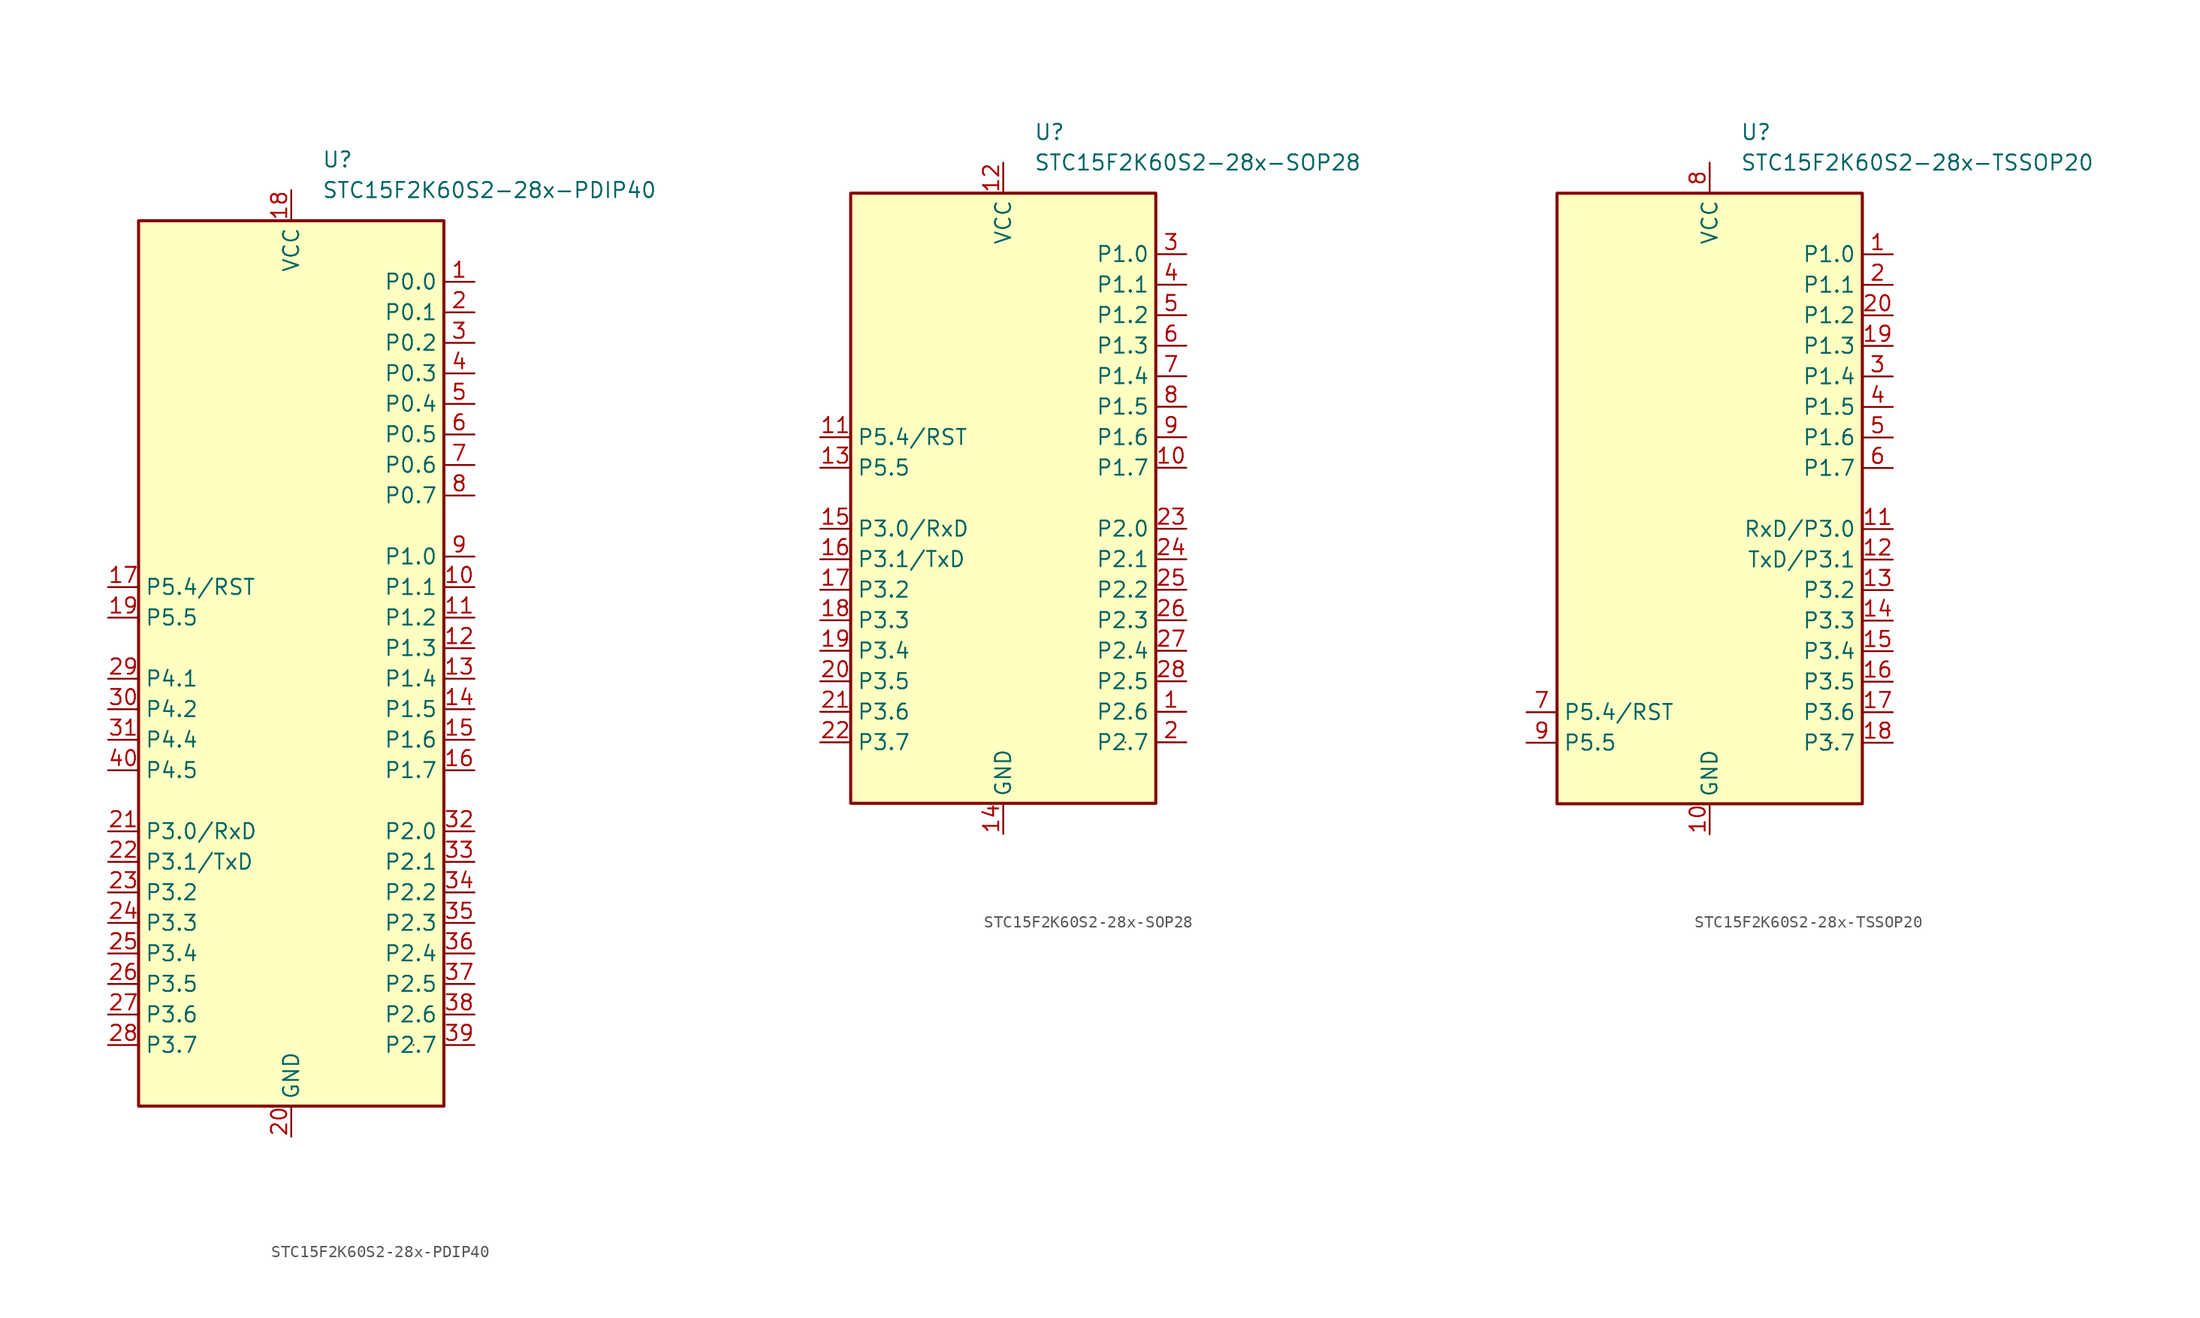
<source format=kicad_sym>
(kicad_symbol_lib
  (version 20211014)
  (generator kicad_symbol_editor)
  (symbol "STC15F2K60S2-28x-PDIP40"
    (property "Reference" "U"
      (at 2.54 41.91 0)
      (effects (font (size 1.27 1.27)) (justify left)))
    (property "Value" "STC15F2K60S2-28x-PDIP40"
      (at 2.54 39.37 0)
      (effects (font (size 1.27 1.27)) (justify left)))
    (symbol "STC15F2K60S2-28x-PDIP40_0_1"
      (rectangle (start -12.7 36.83) (end 12.7 -36.83) (stroke (width 0.254) (type default) (color 0 0 0 0)) (fill (type background)))
      (rectangle (start 10.16 -31.75) (end 10.16 -31.75) (stroke (width 0) (type default) (color 0 0 0 0)) (fill (type none))))
    (symbol "STC15F2K60S2-28x-PDIP40_1_1"
      (pin bidirectional line (at 15.24 31.75 180) (length 2.54) (name "P0.0" (effects (font (size 1.27 1.27)))) (number "1" (effects (font (size 1.27 1.27)))))
      (pin bidirectional line (at 15.24 6.35 180) (length 2.54) (name "P1.1" (effects (font (size 1.27 1.27)))) (number "10" (effects (font (size 1.27 1.27)))))
      (pin bidirectional line (at 15.24 3.81 180) (length 2.54) (name "P1.2" (effects (font (size 1.27 1.27)))) (number "11" (effects (font (size 1.27 1.27)))))
      (pin bidirectional line (at 15.24 1.27 180) (length 2.54) (name "P1.3" (effects (font (size 1.27 1.27)))) (number "12" (effects (font (size 1.27 1.27)))))
      (pin bidirectional line (at 15.24 -1.27 180) (length 2.54) (name "P1.4" (effects (font (size 1.27 1.27)))) (number "13" (effects (font (size 1.27 1.27)))))
      (pin bidirectional line (at 15.24 -3.81 180) (length 2.54) (name "P1.5" (effects (font (size 1.27 1.27)))) (number "14" (effects (font (size 1.27 1.27)))))
      (pin bidirectional line (at 15.24 -6.35 180) (length 2.54) (name "P1.6" (effects (font (size 1.27 1.27)))) (number "15" (effects (font (size 1.27 1.27)))))
      (pin bidirectional line (at 15.24 -8.89 180) (length 2.54) (name "P1.7" (effects (font (size 1.27 1.27)))) (number "16" (effects (font (size 1.27 1.27)))))
      (pin bidirectional line (at -15.24 6.35 0) (length 2.54) (name "P5.4/RST" (effects (font (size 1.27 1.27)))) (number "17" (effects (font (size 1.27 1.27)))))
      (pin power_in line (at 0 39.37 270) (length 2.54) (name "VCC" (effects (font (size 1.27 1.27)))) (number "18" (effects (font (size 1.27 1.27)))))
      (pin bidirectional line (at -15.24 3.81 0) (length 2.54) (name "P5.5" (effects (font (size 1.27 1.27)))) (number "19" (effects (font (size 1.27 1.27)))))
      (pin bidirectional line (at 15.24 29.21 180) (length 2.54) (name "P0.1" (effects (font (size 1.27 1.27)))) (number "2" (effects (font (size 1.27 1.27)))))
      (pin power_in line (at 0 -39.37 90) (length 2.54) (name "GND" (effects (font (size 1.27 1.27)))) (number "20" (effects (font (size 1.27 1.27)))))
      (pin bidirectional line (at -15.24 -13.97 0) (length 2.54) (name "P3.0/RxD" (effects (font (size 1.27 1.27)))) (number "21" (effects (font (size 1.27 1.27)))))
      (pin bidirectional line (at -15.24 -16.51 0) (length 2.54) (name "P3.1/TxD" (effects (font (size 1.27 1.27)))) (number "22" (effects (font (size 1.27 1.27)))))
      (pin bidirectional line (at -15.24 -19.05 0) (length 2.54) (name "P3.2" (effects (font (size 1.27 1.27)))) (number "23" (effects (font (size 1.27 1.27)))))
      (pin bidirectional line (at -15.24 -21.59 0) (length 2.54) (name "P3.3" (effects (font (size 1.27 1.27)))) (number "24" (effects (font (size 1.27 1.27)))))
      (pin bidirectional line (at -15.24 -24.13 0) (length 2.54) (name "P3.4" (effects (font (size 1.27 1.27)))) (number "25" (effects (font (size 1.27 1.27)))))
      (pin bidirectional line (at -15.24 -26.67 0) (length 2.54) (name "P3.5" (effects (font (size 1.27 1.27)))) (number "26" (effects (font (size 1.27 1.27)))))
      (pin bidirectional line (at -15.24 -29.21 0) (length 2.54) (name "P3.6" (effects (font (size 1.27 1.27)))) (number "27" (effects (font (size 1.27 1.27)))))
      (pin bidirectional line (at -15.24 -31.75 0) (length 2.54) (name "P3.7" (effects (font (size 1.27 1.27)))) (number "28" (effects (font (size 1.27 1.27)))))
      (pin bidirectional line (at -15.24 -1.27 0) (length 2.54) (name "P4.1" (effects (font (size 1.27 1.27)))) (number "29" (effects (font (size 1.27 1.27)))))
      (pin bidirectional line (at 15.24 26.67 180) (length 2.54) (name "P0.2" (effects (font (size 1.27 1.27)))) (number "3" (effects (font (size 1.27 1.27)))))
      (pin bidirectional line (at -15.24 -3.81 0) (length 2.54) (name "P4.2" (effects (font (size 1.27 1.27)))) (number "30" (effects (font (size 1.27 1.27)))))
      (pin bidirectional line (at -15.24 -6.35 0) (length 2.54) (name "P4.4" (effects (font (size 1.27 1.27)))) (number "31" (effects (font (size 1.27 1.27)))))
      (pin bidirectional line (at 15.24 -13.97 180) (length 2.54) (name "P2.0" (effects (font (size 1.27 1.27)))) (number "32" (effects (font (size 1.27 1.27)))))
      (pin bidirectional line (at 15.24 -16.51 180) (length 2.54) (name "P2.1" (effects (font (size 1.27 1.27)))) (number "33" (effects (font (size 1.27 1.27)))))
      (pin bidirectional line (at 15.24 -19.05 180) (length 2.54) (name "P2.2" (effects (font (size 1.27 1.27)))) (number "34" (effects (font (size 1.27 1.27)))))
      (pin bidirectional line (at 15.24 -21.59 180) (length 2.54) (name "P2.3" (effects (font (size 1.27 1.27)))) (number "35" (effects (font (size 1.27 1.27)))))
      (pin bidirectional line (at 15.24 -24.13 180) (length 2.54) (name "P2.4" (effects (font (size 1.27 1.27)))) (number "36" (effects (font (size 1.27 1.27)))))
      (pin bidirectional line (at 15.24 -26.67 180) (length 2.54) (name "P2.5" (effects (font (size 1.27 1.27)))) (number "37" (effects (font (size 1.27 1.27)))))
      (pin bidirectional line (at 15.24 -29.21 180) (length 2.54) (name "P2.6" (effects (font (size 1.27 1.27)))) (number "38" (effects (font (size 1.27 1.27)))))
      (pin bidirectional line (at 15.24 -31.75 180) (length 2.54) (name "P2.7" (effects (font (size 1.27 1.27)))) (number "39" (effects (font (size 1.27 1.27)))))
      (pin bidirectional line (at 15.24 24.13 180) (length 2.54) (name "P0.3" (effects (font (size 1.27 1.27)))) (number "4" (effects (font (size 1.27 1.27)))))
      (pin bidirectional line (at -15.24 -8.89 0) (length 2.54) (name "P4.5" (effects (font (size 1.27 1.27)))) (number "40" (effects (font (size 1.27 1.27)))))
      (pin bidirectional line (at 15.24 21.59 180) (length 2.54) (name "P0.4" (effects (font (size 1.27 1.27)))) (number "5" (effects (font (size 1.27 1.27)))))
      (pin bidirectional line (at 15.24 19.05 180) (length 2.54) (name "P0.5" (effects (font (size 1.27 1.27)))) (number "6" (effects (font (size 1.27 1.27)))))
      (pin bidirectional line (at 15.24 16.51 180) (length 2.54) (name "P0.6" (effects (font (size 1.27 1.27)))) (number "7" (effects (font (size 1.27 1.27)))))
      (pin bidirectional line (at 15.24 13.97 180) (length 2.54) (name "P0.7" (effects (font (size 1.27 1.27)))) (number "8" (effects (font (size 1.27 1.27)))))
      (pin bidirectional line (at 15.24 8.89 180) (length 2.54) (name "P1.0" (effects (font (size 1.27 1.27)))) (number "9" (effects (font (size 1.27 1.27)))))))
  (symbol "STC15F2K60S2-28x-SOP28"
    (property "Reference" "U"
      (at 2.54 30.48 0)
      (effects (font (size 1.27 1.27)) (justify left)))
    (property "Value" "STC15F2K60S2-28x-SOP28"
      (at 2.54 27.94 0)
      (effects (font (size 1.27 1.27)) (justify left)))
    (symbol "STC15F2K60S2-28x-SOP28_0_1"
      (rectangle (start -12.7 25.4) (end 12.7 -25.4) (stroke (width 0.254) (type default) (color 0 0 0 0)) (fill (type background)))
      (rectangle (start 10.16 -20.32) (end 10.16 -20.32) (stroke (width 0) (type default) (color 0 0 0 0)) (fill (type none))))
    (symbol "STC15F2K60S2-28x-SOP28_1_1"
      (pin bidirectional line (at 15.24 -17.78 180) (length 2.54) (name "P2.6" (effects (font (size 1.27 1.27)))) (number "1" (effects (font (size 1.27 1.27)))))
      (pin bidirectional line (at 15.24 2.54 180) (length 2.54) (name "P1.7" (effects (font (size 1.27 1.27)))) (number "10" (effects (font (size 1.27 1.27)))))
      (pin bidirectional line (at -15.24 5.08 0) (length 2.54) (name "P5.4/RST" (effects (font (size 1.27 1.27)))) (number "11" (effects (font (size 1.27 1.27)))))
      (pin power_in line (at 0 27.94 270) (length 2.54) (name "VCC" (effects (font (size 1.27 1.27)))) (number "12" (effects (font (size 1.27 1.27)))))
      (pin bidirectional line (at -15.24 2.54 0) (length 2.54) (name "P5.5" (effects (font (size 1.27 1.27)))) (number "13" (effects (font (size 1.27 1.27)))))
      (pin power_in line (at 0 -27.94 90) (length 2.54) (name "GND" (effects (font (size 1.27 1.27)))) (number "14" (effects (font (size 1.27 1.27)))))
      (pin bidirectional line (at -15.24 -2.54 0) (length 2.54) (name "P3.0/RxD" (effects (font (size 1.27 1.27)))) (number "15" (effects (font (size 1.27 1.27)))))
      (pin bidirectional line (at -15.24 -5.08 0) (length 2.54) (name "P3.1/TxD" (effects (font (size 1.27 1.27)))) (number "16" (effects (font (size 1.27 1.27)))))
      (pin bidirectional line (at -15.24 -7.62 0) (length 2.54) (name "P3.2" (effects (font (size 1.27 1.27)))) (number "17" (effects (font (size 1.27 1.27)))))
      (pin bidirectional line (at -15.24 -10.16 0) (length 2.54) (name "P3.3" (effects (font (size 1.27 1.27)))) (number "18" (effects (font (size 1.27 1.27)))))
      (pin bidirectional line (at -15.24 -12.7 0) (length 2.54) (name "P3.4" (effects (font (size 1.27 1.27)))) (number "19" (effects (font (size 1.27 1.27)))))
      (pin bidirectional line (at 15.24 -20.32 180) (length 2.54) (name "P2.7" (effects (font (size 1.27 1.27)))) (number "2" (effects (font (size 1.27 1.27)))))
      (pin bidirectional line (at -15.24 -15.24 0) (length 2.54) (name "P3.5" (effects (font (size 1.27 1.27)))) (number "20" (effects (font (size 1.27 1.27)))))
      (pin bidirectional line (at -15.24 -17.78 0) (length 2.54) (name "P3.6" (effects (font (size 1.27 1.27)))) (number "21" (effects (font (size 1.27 1.27)))))
      (pin bidirectional line (at -15.24 -20.32 0) (length 2.54) (name "P3.7" (effects (font (size 1.27 1.27)))) (number "22" (effects (font (size 1.27 1.27)))))
      (pin bidirectional line (at 15.24 -2.54 180) (length 2.54) (name "P2.0" (effects (font (size 1.27 1.27)))) (number "23" (effects (font (size 1.27 1.27)))))
      (pin bidirectional line (at 15.24 -5.08 180) (length 2.54) (name "P2.1" (effects (font (size 1.27 1.27)))) (number "24" (effects (font (size 1.27 1.27)))))
      (pin bidirectional line (at 15.24 -7.62 180) (length 2.54) (name "P2.2" (effects (font (size 1.27 1.27)))) (number "25" (effects (font (size 1.27 1.27)))))
      (pin bidirectional line (at 15.24 -10.16 180) (length 2.54) (name "P2.3" (effects (font (size 1.27 1.27)))) (number "26" (effects (font (size 1.27 1.27)))))
      (pin bidirectional line (at 15.24 -12.7 180) (length 2.54) (name "P2.4" (effects (font (size 1.27 1.27)))) (number "27" (effects (font (size 1.27 1.27)))))
      (pin bidirectional line (at 15.24 -15.24 180) (length 2.54) (name "P2.5" (effects (font (size 1.27 1.27)))) (number "28" (effects (font (size 1.27 1.27)))))
      (pin bidirectional line (at 15.24 20.32 180) (length 2.54) (name "P1.0" (effects (font (size 1.27 1.27)))) (number "3" (effects (font (size 1.27 1.27)))))
      (pin bidirectional line (at 15.24 17.78 180) (length 2.54) (name "P1.1" (effects (font (size 1.27 1.27)))) (number "4" (effects (font (size 1.27 1.27)))))
      (pin bidirectional line (at 15.24 15.24 180) (length 2.54) (name "P1.2" (effects (font (size 1.27 1.27)))) (number "5" (effects (font (size 1.27 1.27)))))
      (pin bidirectional line (at 15.24 12.7 180) (length 2.54) (name "P1.3" (effects (font (size 1.27 1.27)))) (number "6" (effects (font (size 1.27 1.27)))))
      (pin bidirectional line (at 15.24 10.16 180) (length 2.54) (name "P1.4" (effects (font (size 1.27 1.27)))) (number "7" (effects (font (size 1.27 1.27)))))
      (pin bidirectional line (at 15.24 7.62 180) (length 2.54) (name "P1.5" (effects (font (size 1.27 1.27)))) (number "8" (effects (font (size 1.27 1.27)))))
      (pin bidirectional line (at 15.24 5.08 180) (length 2.54) (name "P1.6" (effects (font (size 1.27 1.27)))) (number "9" (effects (font (size 1.27 1.27)))))))
  (symbol "STC15F2K60S2-28x-TSSOP20"
    (property "Reference" "U"
      (at 2.54 30.48 0)
      (effects (font (size 1.27 1.27)) (justify left)))
    (property "Value" "STC15F2K60S2-28x-TSSOP20"
      (at 2.54 27.94 0)
      (effects (font (size 1.27 1.27)) (justify left)))
    (symbol "STC15F2K60S2-28x-TSSOP20_0_1"
      (rectangle (start -12.7 25.4) (end 12.7 -25.4) (stroke (width 0.254) (type default) (color 0 0 0 0)) (fill (type background)))
      (rectangle (start 10.16 -20.32) (end 10.16 -20.32) (stroke (width 0) (type default) (color 0 0 0 0)) (fill (type none))))
    (symbol "STC15F2K60S2-28x-TSSOP20_1_1"
      (pin bidirectional line (at 15.24 20.32 180) (length 2.54) (name "P1.0" (effects (font (size 1.27 1.27)))) (number "1" (effects (font (size 1.27 1.27)))))
      (pin power_in line (at 0 -27.94 90) (length 2.54) (name "GND" (effects (font (size 1.27 1.27)))) (number "10" (effects (font (size 1.27 1.27)))))
      (pin bidirectional line (at 15.24 -2.54 180) (length 2.54) (name "RxD/P3.0" (effects (font (size 1.27 1.27)))) (number "11" (effects (font (size 1.27 1.27)))))
      (pin bidirectional line (at 15.24 -5.08 180) (length 2.54) (name "TxD/P3.1" (effects (font (size 1.27 1.27)))) (number "12" (effects (font (size 1.27 1.27)))))
      (pin bidirectional line (at 15.24 -7.62 180) (length 2.54) (name "P3.2" (effects (font (size 1.27 1.27)))) (number "13" (effects (font (size 1.27 1.27)))))
      (pin bidirectional line (at 15.24 -10.16 180) (length 2.54) (name "P3.3" (effects (font (size 1.27 1.27)))) (number "14" (effects (font (size 1.27 1.27)))))
      (pin bidirectional line (at 15.24 -12.7 180) (length 2.54) (name "P3.4" (effects (font (size 1.27 1.27)))) (number "15" (effects (font (size 1.27 1.27)))))
      (pin bidirectional line (at 15.24 -15.24 180) (length 2.54) (name "P3.5" (effects (font (size 1.27 1.27)))) (number "16" (effects (font (size 1.27 1.27)))))
      (pin bidirectional line (at 15.24 -17.78 180) (length 2.54) (name "P3.6" (effects (font (size 1.27 1.27)))) (number "17" (effects (font (size 1.27 1.27)))))
      (pin bidirectional line (at 15.24 -20.32 180) (length 2.54) (name "P3.7" (effects (font (size 1.27 1.27)))) (number "18" (effects (font (size 1.27 1.27)))))
      (pin bidirectional line (at 15.24 12.7 180) (length 2.54) (name "P1.3" (effects (font (size 1.27 1.27)))) (number "19" (effects (font (size 1.27 1.27)))))
      (pin bidirectional line (at 15.24 17.78 180) (length 2.54) (name "P1.1" (effects (font (size 1.27 1.27)))) (number "2" (effects (font (size 1.27 1.27)))))
      (pin bidirectional line (at 15.24 15.24 180) (length 2.54) (name "P1.2" (effects (font (size 1.27 1.27)))) (number "20" (effects (font (size 1.27 1.27)))))
      (pin bidirectional line (at 15.24 10.16 180) (length 2.54) (name "P1.4" (effects (font (size 1.27 1.27)))) (number "3" (effects (font (size 1.27 1.27)))))
      (pin bidirectional line (at 15.24 7.62 180) (length 2.54) (name "P1.5" (effects (font (size 1.27 1.27)))) (number "4" (effects (font (size 1.27 1.27)))))
      (pin bidirectional line (at 15.24 5.08 180) (length 2.54) (name "P1.6" (effects (font (size 1.27 1.27)))) (number "5" (effects (font (size 1.27 1.27)))))
      (pin bidirectional line (at 15.24 2.54 180) (length 2.54) (name "P1.7" (effects (font (size 1.27 1.27)))) (number "6" (effects (font (size 1.27 1.27)))))
      (pin bidirectional line (at -15.24 -17.78 0) (length 2.54) (name "P5.4/RST" (effects (font (size 1.27 1.27)))) (number "7" (effects (font (size 1.27 1.27)))))
      (pin power_in line (at 0 27.94 270) (length 2.54) (name "VCC" (effects (font (size 1.27 1.27)))) (number "8" (effects (font (size 1.27 1.27)))))
      (pin bidirectional line (at -15.24 -20.32 0) (length 2.54) (name "P5.5" (effects (font (size 1.27 1.27)))) (number "9" (effects (font (size 1.27 1.27))))))))
</source>
